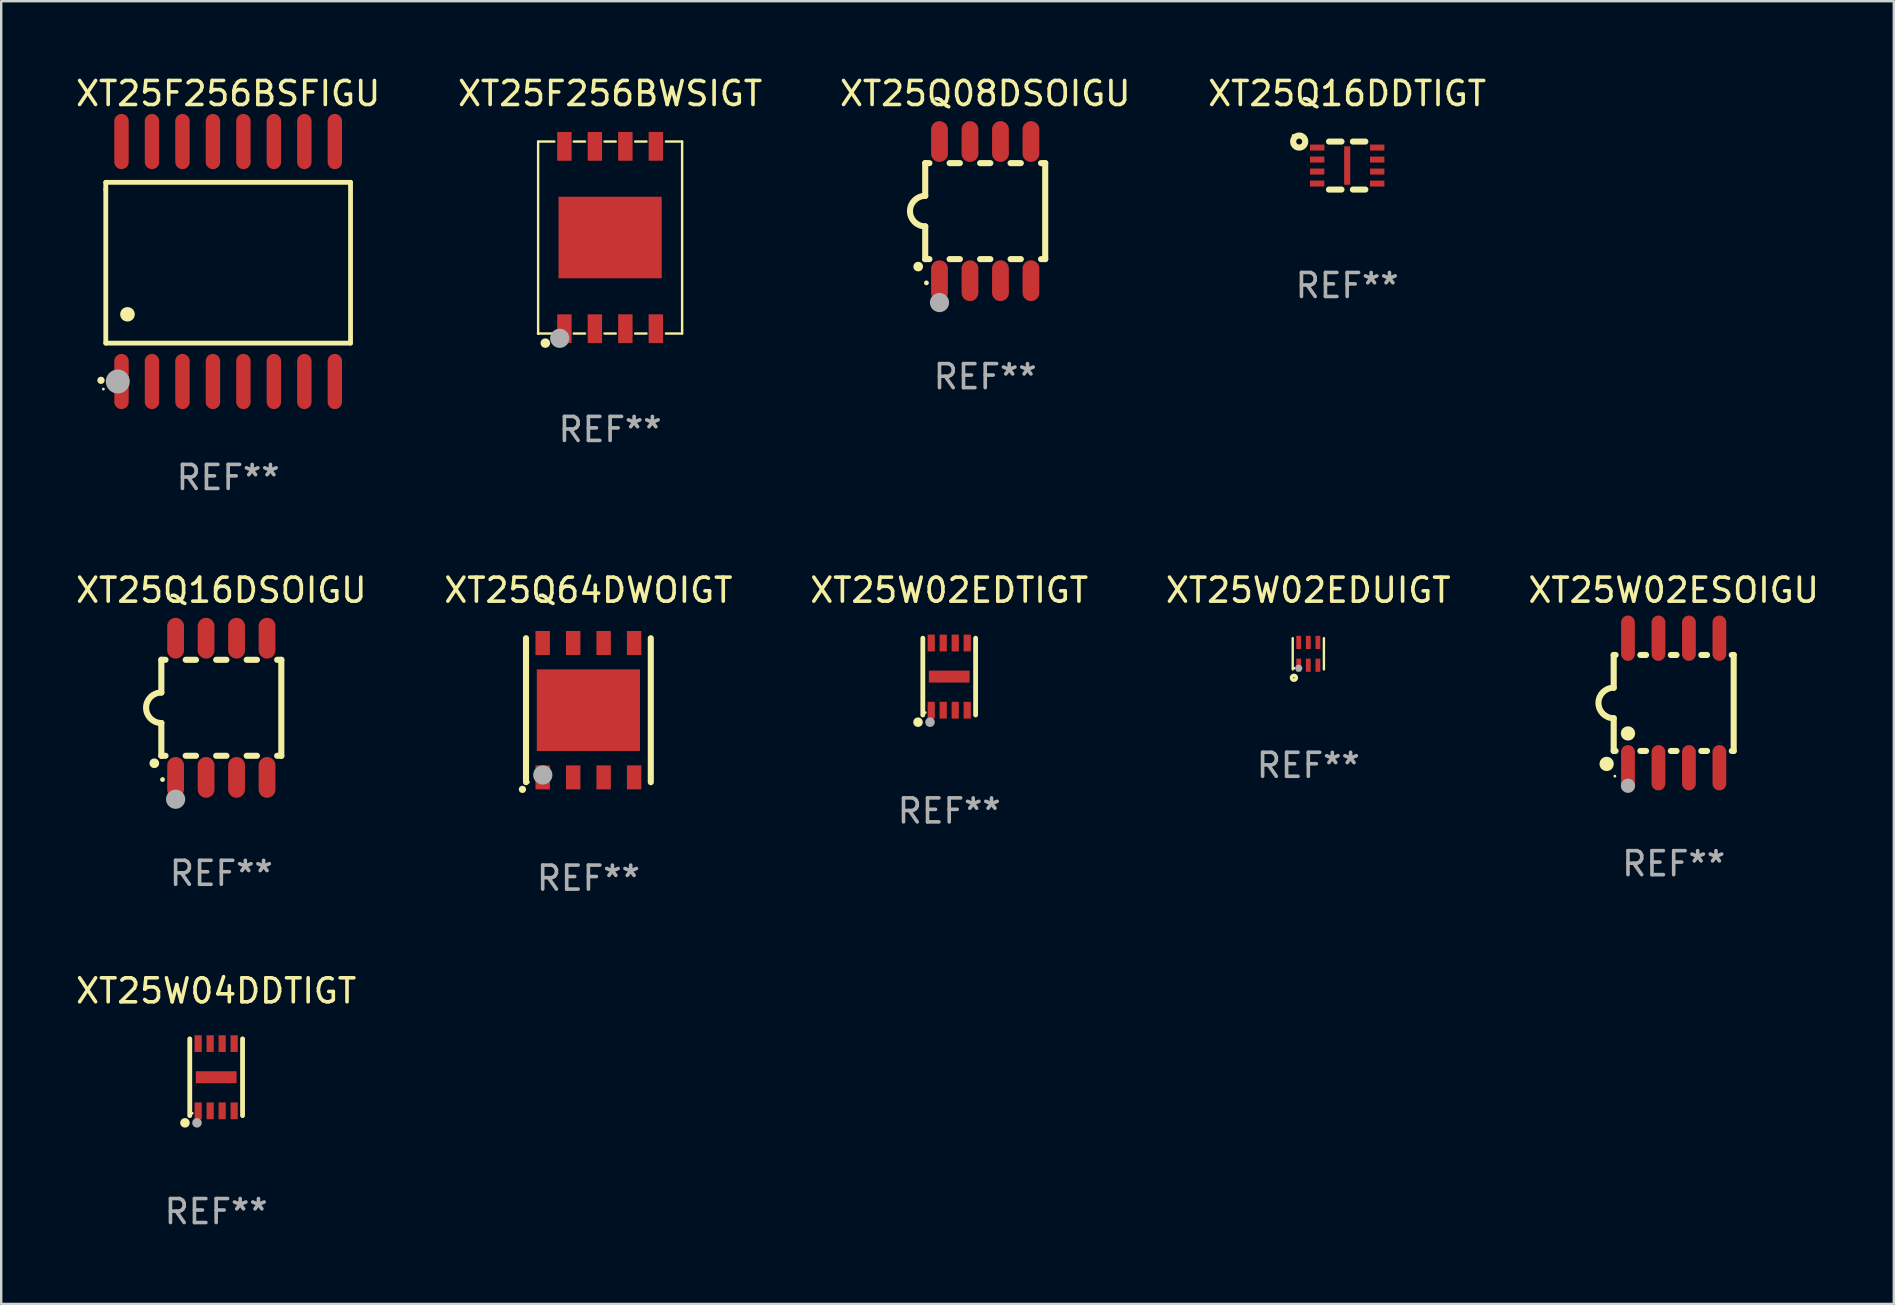
<source format=kicad_pcb>
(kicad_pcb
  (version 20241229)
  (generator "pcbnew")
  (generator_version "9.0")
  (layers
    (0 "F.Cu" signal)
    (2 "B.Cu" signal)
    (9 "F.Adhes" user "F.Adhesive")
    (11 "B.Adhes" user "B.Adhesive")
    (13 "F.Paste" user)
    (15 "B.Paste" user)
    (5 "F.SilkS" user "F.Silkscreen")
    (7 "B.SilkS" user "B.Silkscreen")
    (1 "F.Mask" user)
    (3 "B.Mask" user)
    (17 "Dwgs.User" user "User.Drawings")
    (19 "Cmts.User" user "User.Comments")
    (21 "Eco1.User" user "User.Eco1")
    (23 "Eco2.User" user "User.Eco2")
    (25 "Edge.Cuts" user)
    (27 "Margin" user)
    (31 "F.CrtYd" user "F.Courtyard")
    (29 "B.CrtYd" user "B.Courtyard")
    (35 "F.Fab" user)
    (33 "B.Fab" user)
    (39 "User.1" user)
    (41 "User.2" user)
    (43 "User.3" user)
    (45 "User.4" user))
  (footprint "XT25F256BWSIGT"
    (layer "F.Cu")
    (at 22.375 6.848)
    (property "Reference" "XT25F256BWSIGT" (at 0 -6 0) (layer "F.SilkS") (effects (font (size 1 1) (thickness 0.15))))
    (attr through_hole)
    (fp_line (start -3 -4) (end -3 4) (stroke (width 0.1) (type solid)) (layer "F.SilkS"))
    (fp_line (start -3 -4) (end -2.324 -4) (stroke (width 0.1) (type solid)) (layer "F.SilkS"))
    (fp_line (start -3 4) (end -2.324 4) (stroke (width 0.1) (type solid)) (layer "F.SilkS"))
    (fp_line (start -1.516 -4) (end -1.044 -4) (stroke (width 0.1) (type solid)) (layer "F.SilkS"))
    (fp_line (start -1.516 4) (end -1.044 4) (stroke (width 0.1) (type solid)) (layer "F.SilkS"))
    (fp_line (start -0.236 -4) (end 0.236 -4) (stroke (width 0.1) (type solid)) (layer "F.SilkS"))
    (fp_line (start -0.236 4) (end 0.236 4) (stroke (width 0.1) (type solid)) (layer "F.SilkS"))
    (fp_line (start 1.044 -4) (end 1.516 -4) (stroke (width 0.1) (type solid)) (layer "F.SilkS"))
    (fp_line (start 1.044 4) (end 1.516 4) (stroke (width 0.1) (type solid)) (layer "F.SilkS"))
    (fp_line (start 2.324 -4) (end 3 -4) (stroke (width 0.1) (type solid)) (layer "F.SilkS"))
    (fp_line (start 2.324 4) (end 3 4) (stroke (width 0.1) (type solid)) (layer "F.SilkS"))
    (fp_line (start 3 -4) (end 3 3.863) (stroke (width 0.1) (type solid)) (layer "F.SilkS"))
    (fp_line (start 3 3.863) (end 3 4) (stroke (width 0.1) (type solid)) (layer "F.SilkS"))
    (fp_circle (center -3 4) (end -2.97 4) (stroke (width 0.06) (type solid)) (fill no) (layer "F.SilkS"))
    (fp_circle (center -2.7 4.4) (end -2.6 4.4) (stroke (width 0.2) (type solid)) (fill no) (layer "F.SilkS"))
    (fp_circle (center -2.1 4.2) (end -1.9 4.2) (stroke (width 0.4) (type solid)) (fill no) (layer "F.Fab"))
    (fp_text user "REF**" (at 0 8 0) (layer "F.Fab") (effects (font (size 1 1) (thickness 0.15))))
    (pad "1" smd rect (at -1.905 3.8) (size 0.6 1.2) (layers "F.Cu" "F.Mask" "F.Paste"))
    (pad "2" smd rect (at -0.635 3.8) (size 0.6 1.2) (layers "F.Cu" "F.Mask" "F.Paste"))
    (pad "3" smd rect (at 0.635 3.8) (size 0.6 1.2) (layers "F.Cu" "F.Mask" "F.Paste"))
    (pad "4" smd rect (at 1.905 3.8) (size 0.6 1.2) (layers "F.Cu" "F.Mask" "F.Paste"))
    (pad "5" smd rect (at 1.905 -3.8) (size 0.6 1.2) (layers "F.Cu" "F.Mask" "F.Paste"))
    (pad "6" smd rect (at 0.635 -3.8) (size 0.6 1.2) (layers "F.Cu" "F.Mask" "F.Paste"))
    (pad "7" smd rect (at -0.635 -3.8) (size 0.6 1.2) (layers "F.Cu" "F.Mask" "F.Paste"))
    (pad "8" smd rect (at -1.905 -3.8) (size 0.6 1.2) (layers "F.Cu" "F.Mask" "F.Paste"))
    (pad "9" smd rect (at 0.000127 0.000025 90) (size 3.4 4.3) (layers "F.Cu" "F.Mask" "F.Paste")))
  (footprint "XT25Q08DSOIGU"
    (layer "F.Cu")
    (at 38.006 5.748)
    (property "Reference" "XT25Q08DSOIGU" (at 0 -4.9 0) (layer "F.SilkS") (effects (font (size 1 1) (thickness 0.15))))
    (attr through_hole)
    (fp_line (start -2.5 -2) (end -2.5 -0.635) (stroke (width 0.254) (type solid)) (layer "F.SilkS"))
    (fp_line (start -2.5 -2) (end -2.326 -2) (stroke (width 0.254) (type solid)) (layer "F.SilkS"))
    (fp_line (start -2.5 2) (end -2.5 0.635) (stroke (width 0.254) (type solid)) (layer "F.SilkS"))
    (fp_line (start -2.5 2) (end -2.326 2) (stroke (width 0.254) (type solid)) (layer "F.SilkS"))
    (fp_line (start -1.484 -2) (end -1.056 -2) (stroke (width 0.254) (type solid)) (layer "F.SilkS"))
    (fp_line (start -1.484 2) (end -1.056 2) (stroke (width 0.254) (type solid)) (layer "F.SilkS"))
    (fp_line (start -0.214 -2) (end 0.214 -2) (stroke (width 0.254) (type solid)) (layer "F.SilkS"))
    (fp_line (start -0.214 2) (end 0.214 2) (stroke (width 0.254) (type solid)) (layer "F.SilkS"))
    (fp_line (start 1.056 -2) (end 1.484 -2) (stroke (width 0.254) (type solid)) (layer "F.SilkS"))
    (fp_line (start 1.056 2) (end 1.484 2) (stroke (width 0.254) (type solid)) (layer "F.SilkS"))
    (fp_line (start 2.326 -2) (end 2.5 -2) (stroke (width 0.254) (type solid)) (layer "F.SilkS"))
    (fp_line (start 2.326 2) (end 2.5 2) (stroke (width 0.254) (type solid)) (layer "F.SilkS"))
    (fp_line (start 2.5 -2) (end 2.5 2) (stroke (width 0.254) (type solid)) (layer "F.SilkS"))
    (fp_arc (start -2.794006 2.311405) (mid -2.792736 2.311401) (end -2.791466 2.311405) (stroke (width 0.4) (type solid)) (layer "F.SilkS"))
    (fp_arc (start -2.5 0.635001) (mid -3.134366 -0.000318) (end -2.499365 -0.635001) (stroke (width 0.254001) (type solid)) (layer "F.SilkS"))
    (fp_circle (center -2.45 2.99) (end -2.4 2.99) (stroke (width 0.1) (type solid)) (fill no) (layer "F.SilkS"))
    (fp_circle (center -1.905 3.81) (end -1.705 3.81) (stroke (width 0.4) (type solid)) (fill no) (layer "F.Fab"))
    (fp_text user "REF**" (at 0 6.9 0) (layer "F.Fab") (effects (font (size 1 1) (thickness 0.15))))
    (pad "1" smd oval (at -1.905 2.9 180) (size 0.7 1.7) (layers "F.Cu" "F.Mask" "F.Paste"))
    (pad "2" smd oval (at -0.635 2.9 180) (size 0.7 1.7) (layers "F.Cu" "F.Mask" "F.Paste"))
    (pad "3" smd oval (at 0.635 2.9 180) (size 0.7 1.7) (layers "F.Cu" "F.Mask" "F.Paste"))
    (pad "4" smd oval (at 1.905 2.9 180) (size 0.7 1.7) (layers "F.Cu" "F.Mask" "F.Paste"))
    (pad "5" smd oval (at 1.905 -2.9 180) (size 0.7 1.7) (layers "F.Cu" "F.Mask" "F.Paste"))
    (pad "6" smd oval (at 0.635 -2.9 180) (size 0.7 1.7) (layers "F.Cu" "F.Mask" "F.Paste"))
    (pad "7" smd oval (at -0.635 -2.9 180) (size 0.7 1.7) (layers "F.Cu" "F.Mask" "F.Paste"))
    (pad "8" smd oval (at -1.905 -2.9 180) (size 0.7 1.7) (layers "F.Cu" "F.Mask" "F.Paste")))
  (footprint "XT25W02EDTIGT"
    (layer "F.Cu")
    (at 36.506 25.145)
    (property "Reference" "XT25W02EDTIGT" (at 0 -3.6 0) (layer "F.SilkS") (effects (font (size 1 1) (thickness 0.15))))
    (attr through_hole)
    (fp_line (start -1.1 1.6) (end -1.1 -1.6) (stroke (width 0.2) (type solid)) (layer "F.SilkS"))
    (fp_line (start 1.1 1.6) (end 1.1 -1.6) (stroke (width 0.2) (type solid)) (layer "F.SilkS"))
    (fp_circle (center -1.3 1.9) (end -1.2 1.9) (stroke (width 0.2) (type solid)) (fill no) (layer "F.SilkS"))
    (fp_circle (center -1 1.5) (end -0.97 1.5) (stroke (width 0.06) (type solid)) (fill no) (layer "F.SilkS"))
    (fp_circle (center -0.8 1.9) (end -0.7 1.9) (stroke (width 0.2) (type solid)) (fill no) (layer "F.Fab"))
    (fp_text user "REF**" (at 0 5.6 0) (layer "F.Fab") (effects (font (size 1 1) (thickness 0.15))))
    (pad "1" smd rect (at -0.75 1.4 90) (size 0.7 0.3) (layers "F.Cu" "F.Mask" "F.Paste"))
    (pad "2" smd rect (at -0.25 1.4 90) (size 0.7 0.3) (layers "F.Cu" "F.Mask" "F.Paste"))
    (pad "3" smd rect (at 0.25 1.4 90) (size 0.7 0.3) (layers "F.Cu" "F.Mask" "F.Paste"))
    (pad "4" smd rect (at 0.75 1.4 90) (size 0.7 0.3) (layers "F.Cu" "F.Mask" "F.Paste"))
    (pad "5" smd rect (at 0.75 -1.4 90) (size 0.7 0.3) (layers "F.Cu" "F.Mask" "F.Paste"))
    (pad "6" smd rect (at 0.25 -1.4 90) (size 0.7 0.3) (layers "F.Cu" "F.Mask" "F.Paste"))
    (pad "7" smd rect (at -0.25 -1.4 90) (size 0.7 0.3) (layers "F.Cu" "F.Mask" "F.Paste"))
    (pad "8" smd rect (at -0.75 -1.4 90) (size 0.7 0.3) (layers "F.Cu" "F.Mask" "F.Paste"))
    (pad "9" smd rect (at 0.000127 0) (size 1.7 0.5) (layers "F.Cu" "F.Mask" "F.Paste")))
  (footprint "XT25W02EDUIGT"
    (layer "F.Cu")
    (at 51.47 24.195)
    (property "Reference" "XT25W02EDUIGT" (at 0 -2.65 0) (layer "F.SilkS") (effects (font (size 1 1) (thickness 0.15))))
    (attr through_hole)
    (fp_line (start -0.65 0.65) (end -0.65 -0.65) (stroke (width 0.1) (type solid)) (layer "F.SilkS"))
    (fp_line (start 0.65 -0.65) (end 0.65 0.65) (stroke (width 0.1) (type solid)) (layer "F.SilkS"))
    (fp_circle (center -0.6 0.6) (end -0.57 0.6) (stroke (width 0.06) (type solid)) (fill no) (layer "F.SilkS"))
    (fp_circle (center -0.6 1) (end -0.5 1) (stroke (width 0.15) (type solid)) (fill no) (layer "F.SilkS"))
    (fp_circle (center -0.4 0.6) (end -0.325 0.6) (stroke (width 0.15) (type solid)) (fill no) (layer "F.Fab"))
    (fp_text user "REF**" (at 0 4.65 0) (layer "F.Fab") (effects (font (size 1 1) (thickness 0.15))))
    (pad "1" smd rect (at -0.4 0.475) (size 0.2 0.55) (layers "F.Cu" "F.Mask" "F.Paste"))
    (pad "2" smd rect (at 0.000025 0.475) (size 0.2 0.55) (layers "F.Cu" "F.Mask" "F.Paste"))
    (pad "3" smd rect (at 0.4 0.475) (size 0.2 0.55) (layers "F.Cu" "F.Mask" "F.Paste"))
    (pad "4" smd rect (at 0.4 -0.475) (size 0.2 0.55) (layers "F.Cu" "F.Mask" "F.Paste"))
    (pad "5" smd rect (at 0.000025 -0.475) (size 0.2 0.55) (layers "F.Cu" "F.Mask" "F.Paste"))
    (pad "6" smd rect (at -0.4 -0.475) (size 0.2 0.55) (layers "F.Cu" "F.Mask" "F.Paste")))
  (footprint "XT25W04DDTIGT"
    (layer "F.Cu")
    (at 5.958 41.841)
    (property "Reference" "XT25W04DDTIGT" (at 0 -3.6 0) (layer "F.SilkS") (effects (font (size 1 1) (thickness 0.15))))
    (attr through_hole)
    (fp_line (start -1.1 1.6) (end -1.1 -1.6) (stroke (width 0.2) (type solid)) (layer "F.SilkS"))
    (fp_line (start 1.1 1.6) (end 1.1 -1.6) (stroke (width 0.2) (type solid)) (layer "F.SilkS"))
    (fp_circle (center -1.3 1.9) (end -1.2 1.9) (stroke (width 0.2) (type solid)) (fill no) (layer "F.SilkS"))
    (fp_circle (center -1 1.5) (end -0.97 1.5) (stroke (width 0.06) (type solid)) (fill no) (layer "F.SilkS"))
    (fp_circle (center -0.8 1.9) (end -0.7 1.9) (stroke (width 0.2) (type solid)) (fill no) (layer "F.Fab"))
    (fp_text user "REF**" (at 0 5.6 0) (layer "F.Fab") (effects (font (size 1 1) (thickness 0.15))))
    (pad "1" smd rect (at -0.75 1.4 90) (size 0.7 0.3) (layers "F.Cu" "F.Mask" "F.Paste"))
    (pad "2" smd rect (at -0.25 1.4 90) (size 0.7 0.3) (layers "F.Cu" "F.Mask" "F.Paste"))
    (pad "3" smd rect (at 0.25 1.4 90) (size 0.7 0.3) (layers "F.Cu" "F.Mask" "F.Paste"))
    (pad "4" smd rect (at 0.75 1.4 90) (size 0.7 0.3) (layers "F.Cu" "F.Mask" "F.Paste"))
    (pad "5" smd rect (at 0.75 -1.4 90) (size 0.7 0.3) (layers "F.Cu" "F.Mask" "F.Paste"))
    (pad "6" smd rect (at 0.25 -1.4 90) (size 0.7 0.3) (layers "F.Cu" "F.Mask" "F.Paste"))
    (pad "7" smd rect (at -0.25 -1.4 90) (size 0.7 0.3) (layers "F.Cu" "F.Mask" "F.Paste"))
    (pad "8" smd rect (at -0.75 -1.4 90) (size 0.7 0.3) (layers "F.Cu" "F.Mask" "F.Paste"))
    (pad "9" smd rect (at 0.000127 0) (size 1.7 0.5) (layers "F.Cu" "F.Mask" "F.Paste")))
  (footprint "XT25Q16DDTIGT"
    (layer "F.Cu")
    (at 53.089 3.849)
    (property "Reference" "XT25Q16DDTIGT" (at 0 -3 0) (layer "F.SilkS") (effects (font (size 1 1) (thickness 0.15))))
    (attr through_hole)
    (fp_line (start -0.758 1) (end -0.237 1) (stroke (width 0.254) (type solid)) (layer "F.SilkS"))
    (fp_line (start -0.756 -1) (end -0.236 -1) (stroke (width 0.254) (type solid)) (layer "F.SilkS"))
    (fp_line (start 0.238 -1) (end 0.758 -1) (stroke (width 0.254) (type solid)) (layer "F.SilkS"))
    (fp_line (start 0.239 1) (end 0.757 1) (stroke (width 0.254) (type solid)) (layer "F.SilkS"))
    (fp_circle (center -2.251 -1.252) (end -2.221 -1.252) (stroke (width 0.06) (type solid)) (fill no) (layer "F.SilkS"))
    (fp_circle (center -1.999 -1) (end -1.874 -1) (stroke (width 0.254) (type solid)) (fill no) (layer "F.SilkS"))
    (fp_text user "REF**" (at 0 5 0) (layer "F.Fab") (effects (font (size 1 1) (thickness 0.15))))
    (pad "1" smd rect (at -1.249 -0.75 90) (size 0.25 0.6) (layers "F.Cu" "F.Mask" "F.Paste"))
    (pad "2" smd rect (at -1.251 -0.251 90) (size 0.25 0.6) (layers "F.Cu" "F.Mask" "F.Paste"))
    (pad "3" smd rect (at -1.251 0.249 90) (size 0.25 0.6) (layers "F.Cu" "F.Mask" "F.Paste"))
    (pad "4" smd rect (at -1.251 0.749 90) (size 0.25 0.6) (layers "F.Cu" "F.Mask" "F.Paste"))
    (pad "5" smd rect (at 1.251 0.75 90) (size 0.25 0.6) (layers "F.Cu" "F.Mask" "F.Paste"))
    (pad "6" smd rect (at 1.251 0.25 90) (size 0.25 0.6) (layers "F.Cu" "F.Mask" "F.Paste"))
    (pad "7" smd rect (at 1.251 -0.25 90) (size 0.25 0.6) (layers "F.Cu" "F.Mask" "F.Paste"))
    (pad "8" smd rect (at 1.251 -0.75 90) (size 0.25 0.6) (layers "F.Cu" "F.Mask" "F.Paste"))
    (pad "9" smd rect (at 0.001 0.000381 180) (size 0.25 1.6) (layers "F.Cu" "F.Mask" "F.Paste")))
  (footprint "XT25Q64DWOIGT"
    (layer "F.Cu")
    (at 21.47 26.545)
    (property "Reference" "XT25Q64DWOIGT" (at 0 -5 0) (layer "F.SilkS") (effects (font (size 1 1) (thickness 0.15))))
    (attr through_hole)
    (fp_line (start -2.6 3) (end -2.6 -3) (stroke (width 0.254) (type solid)) (layer "F.SilkS"))
    (fp_line (start 2.6 3) (end 2.6 -3) (stroke (width 0.254) (type solid)) (layer "F.SilkS"))
    (fp_arc (start -2.74986 3.300127) (mid -2.74859 3.300122) (end -2.74732 3.300127) (stroke (width 0.3) (type solid)) (layer "F.SilkS"))
    (fp_circle (center -2.5 3) (end -2.47 3) (stroke (width 0.06) (type solid)) (fill no) (layer "F.SilkS"))
    (fp_circle (center -1.9 2.7) (end -1.7 2.7) (stroke (width 0.4) (type solid)) (fill no) (layer "F.Fab"))
    (fp_text user "REF**" (at 0 7 0) (layer "F.Fab") (effects (font (size 1 1) (thickness 0.15))))
    (pad "1" smd rect (at -1.905 2.8 180) (size 0.6 1) (layers "F.Cu" "F.Mask" "F.Paste"))
    (pad "2" smd rect (at -0.635 2.8 180) (size 0.6 1) (layers "F.Cu" "F.Mask" "F.Paste"))
    (pad "3" smd rect (at 0.635 2.8 180) (size 0.6 1) (layers "F.Cu" "F.Mask" "F.Paste"))
    (pad "4" smd rect (at 1.905 2.8 180) (size 0.6 1) (layers "F.Cu" "F.Mask" "F.Paste"))
    (pad "5" smd rect (at 1.905 -2.8) (size 0.6 1) (layers "F.Cu" "F.Mask" "F.Paste"))
    (pad "6" smd rect (at 0.635 -2.8) (size 0.6 1) (layers "F.Cu" "F.Mask" "F.Paste"))
    (pad "7" smd rect (at -0.635 -2.8) (size 0.6 1) (layers "F.Cu" "F.Mask" "F.Paste"))
    (pad "8" smd rect (at -1.905 -2.8) (size 0.6 1) (layers "F.Cu" "F.Mask" "F.Paste"))
    (pad "9" smd rect (at 0.000127 0.000127 180) (size 4.3 3.4) (layers "F.Cu" "F.Mask" "F.Paste")))
  (footprint "XT25F256BSFIGU"
    (layer "F.Cu")
    (at 6.458 7.848)
    (property "Reference" "XT25F256BSFIGU" (at 0 -7 0) (layer "F.SilkS") (effects (font (size 1 1) (thickness 0.15))))
    (attr through_hole)
    (fp_line (start -5.1 -3.3) (end -5.1 -3) (stroke (width 0.2) (type solid)) (layer "F.SilkS"))
    (fp_line (start -5.1 -3) (end -5.1 3.4) (stroke (width 0.2) (type solid)) (layer "F.SilkS"))
    (fp_line (start -5.1 3.4) (end 5.1 3.4) (stroke (width 0.2) (type solid)) (layer "F.SilkS"))
    (fp_line (start 5.1 -3.3) (end -5.1 -3.3) (stroke (width 0.2) (type solid)) (layer "F.SilkS"))
    (fp_line (start 5.1 3.4) (end 5.1 -3.3) (stroke (width 0.2) (type solid)) (layer "F.SilkS"))
    (fp_arc (start -5.300991 4.950495) (mid -5.299721 4.95049) (end -5.298451 4.950495) (stroke (width 0.3) (type solid)) (layer "F.SilkS"))
    (fp_arc (start -4.2 2.200025) (mid -4.19619 2.200001) (end -4.19238 2.200025) (stroke (width 0.6) (type solid)) (layer "F.SilkS"))
    (fp_circle (center -5.2 5.315) (end -5.17 5.315) (stroke (width 0.06) (type solid)) (fill no) (layer "F.SilkS"))
    (fp_circle (center -4.6 5) (end -4.35 5) (stroke (width 0.5) (type solid)) (fill no) (layer "F.Fab"))
    (fp_text user "REF**" (at 0 9 0) (layer "F.Fab") (effects (font (size 1 1) (thickness 0.15))))
    (pad "1" smd oval (at -4.445 5 180) (size 0.6 2.3) (layers "F.Cu" "F.Mask" "F.Paste"))
    (pad "2" smd oval (at -3.175 5 180) (size 0.6 2.3) (layers "F.Cu" "F.Mask" "F.Paste"))
    (pad "3" smd oval (at -1.905 5 180) (size 0.6 2.3) (layers "F.Cu" "F.Mask" "F.Paste"))
    (pad "4" smd oval (at -0.635 5 180) (size 0.6 2.3) (layers "F.Cu" "F.Mask" "F.Paste"))
    (pad "5" smd oval (at 0.635 5 180) (size 0.6 2.3) (layers "F.Cu" "F.Mask" "F.Paste"))
    (pad "6" smd oval (at 1.905 5 180) (size 0.6 2.3) (layers "F.Cu" "F.Mask" "F.Paste"))
    (pad "7" smd oval (at 3.175 5 180) (size 0.6 2.3) (layers "F.Cu" "F.Mask" "F.Paste"))
    (pad "8" smd oval (at 4.445 5 180) (size 0.6 2.3) (layers "F.Cu" "F.Mask" "F.Paste"))
    (pad "9" smd oval (at 4.445 -5 180) (size 0.6 2.3) (layers "F.Cu" "F.Mask" "F.Paste"))
    (pad "10" smd oval (at 3.175 -5 180) (size 0.6 2.3) (layers "F.Cu" "F.Mask" "F.Paste"))
    (pad "11" smd oval (at 1.905 -5 180) (size 0.6 2.3) (layers "F.Cu" "F.Mask" "F.Paste"))
    (pad "12" smd oval (at 0.635 -5 180) (size 0.6 2.3) (layers "F.Cu" "F.Mask" "F.Paste"))
    (pad "13" smd oval (at -0.635 -5 180) (size 0.6 2.3) (layers "F.Cu" "F.Mask" "F.Paste"))
    (pad "14" smd oval (at -1.905 -5 180) (size 0.6 2.3) (layers "F.Cu" "F.Mask" "F.Paste"))
    (pad "15" smd oval (at -3.175 -5 180) (size 0.6 2.3) (layers "F.Cu" "F.Mask" "F.Paste"))
    (pad "16" smd oval (at -4.445 -5 180) (size 0.6 2.3) (layers "F.Cu" "F.Mask" "F.Paste")))
  (footprint "XT25Q16DSOIGU"
    (layer "F.Cu")
    (at 6.173 26.445)
    (property "Reference" "XT25Q16DSOIGU" (at 0 -4.9 0) (layer "F.SilkS") (effects (font (size 1 1) (thickness 0.15))))
    (attr through_hole)
    (fp_line (start -2.5 -2) (end -2.5 -0.635) (stroke (width 0.254) (type solid)) (layer "F.SilkS"))
    (fp_line (start -2.5 -2) (end -2.326 -2) (stroke (width 0.254) (type solid)) (layer "F.SilkS"))
    (fp_line (start -2.5 2) (end -2.5 0.635) (stroke (width 0.254) (type solid)) (layer "F.SilkS"))
    (fp_line (start -2.5 2) (end -2.326 2) (stroke (width 0.254) (type solid)) (layer "F.SilkS"))
    (fp_line (start -1.484 -2) (end -1.056 -2) (stroke (width 0.254) (type solid)) (layer "F.SilkS"))
    (fp_line (start -1.484 2) (end -1.056 2) (stroke (width 0.254) (type solid)) (layer "F.SilkS"))
    (fp_line (start -0.214 -2) (end 0.214 -2) (stroke (width 0.254) (type solid)) (layer "F.SilkS"))
    (fp_line (start -0.214 2) (end 0.214 2) (stroke (width 0.254) (type solid)) (layer "F.SilkS"))
    (fp_line (start 1.056 -2) (end 1.484 -2) (stroke (width 0.254) (type solid)) (layer "F.SilkS"))
    (fp_line (start 1.056 2) (end 1.484 2) (stroke (width 0.254) (type solid)) (layer "F.SilkS"))
    (fp_line (start 2.326 -2) (end 2.5 -2) (stroke (width 0.254) (type solid)) (layer "F.SilkS"))
    (fp_line (start 2.326 2) (end 2.5 2) (stroke (width 0.254) (type solid)) (layer "F.SilkS"))
    (fp_line (start 2.5 -2) (end 2.5 2) (stroke (width 0.254) (type solid)) (layer "F.SilkS"))
    (fp_arc (start -2.794006 2.311405) (mid -2.792736 2.311401) (end -2.791466 2.311405) (stroke (width 0.4) (type solid)) (layer "F.SilkS"))
    (fp_arc (start -2.5 0.635001) (mid -3.134366 -0.000318) (end -2.499365 -0.635001) (stroke (width 0.254001) (type solid)) (layer "F.SilkS"))
    (fp_circle (center -2.45 2.99) (end -2.4 2.99) (stroke (width 0.1) (type solid)) (fill no) (layer "F.SilkS"))
    (fp_circle (center -1.905 3.81) (end -1.705 3.81) (stroke (width 0.4) (type solid)) (fill no) (layer "F.Fab"))
    (fp_text user "REF**" (at 0 6.9 0) (layer "F.Fab") (effects (font (size 1 1) (thickness 0.15))))
    (pad "1" smd oval (at -1.905 2.9 180) (size 0.7 1.7) (layers "F.Cu" "F.Mask" "F.Paste"))
    (pad "2" smd oval (at -0.635 2.9 180) (size 0.7 1.7) (layers "F.Cu" "F.Mask" "F.Paste"))
    (pad "3" smd oval (at 0.635 2.9 180) (size 0.7 1.7) (layers "F.Cu" "F.Mask" "F.Paste"))
    (pad "4" smd oval (at 1.905 2.9 180) (size 0.7 1.7) (layers "F.Cu" "F.Mask" "F.Paste"))
    (pad "5" smd oval (at 1.905 -2.9 180) (size 0.7 1.7) (layers "F.Cu" "F.Mask" "F.Paste"))
    (pad "6" smd oval (at 0.635 -2.9 180) (size 0.7 1.7) (layers "F.Cu" "F.Mask" "F.Paste"))
    (pad "7" smd oval (at -0.635 -2.9 180) (size 0.7 1.7) (layers "F.Cu" "F.Mask" "F.Paste"))
    (pad "8" smd oval (at -1.905 -2.9 180) (size 0.7 1.7) (layers "F.Cu" "F.Mask" "F.Paste")))
  (footprint "XT25W02ESOIGU"
    (layer "F.Cu")
    (at 66.696 26.244)
    (property "Reference" "XT25W02ESOIGU" (at 0 -4.699 0) (layer "F.SilkS") (effects (font (size 1 1) (thickness 0.15))))
    (attr through_hole)
    (fp_line (start -2.5 -2) (end -2.5 -0.635) (stroke (width 0.254) (type solid)) (layer "F.SilkS"))
    (fp_line (start -2.5 -2) (end -2.421 -2) (stroke (width 0.254) (type solid)) (layer "F.SilkS"))
    (fp_line (start -2.5 2) (end -2.5 0.635) (stroke (width 0.254) (type solid)) (layer "F.SilkS"))
    (fp_line (start -2.5 2) (end -2.421 2) (stroke (width 0.254) (type solid)) (layer "F.SilkS"))
    (fp_line (start -1.389 -2) (end -1.151 -2) (stroke (width 0.254) (type solid)) (layer "F.SilkS"))
    (fp_line (start -1.389 2) (end -1.151 2) (stroke (width 0.254) (type solid)) (layer "F.SilkS"))
    (fp_line (start -0.119 -2) (end 0.119 -2) (stroke (width 0.254) (type solid)) (layer "F.SilkS"))
    (fp_line (start -0.119 2) (end 0.119 2) (stroke (width 0.254) (type solid)) (layer "F.SilkS"))
    (fp_line (start 1.151 -2) (end 1.389 -2) (stroke (width 0.254) (type solid)) (layer "F.SilkS"))
    (fp_line (start 1.151 2) (end 1.389 2) (stroke (width 0.254) (type solid)) (layer "F.SilkS"))
    (fp_line (start 2.421 -2) (end 2.5 -2) (stroke (width 0.254) (type solid)) (layer "F.SilkS"))
    (fp_line (start 2.421 2) (end 2.5 2) (stroke (width 0.254) (type solid)) (layer "F.SilkS"))
    (fp_line (start 2.5 -2) (end 2.5 2) (stroke (width 0.254) (type solid)) (layer "F.SilkS"))
    (fp_arc (start -2.5 0.635001) (mid -3.134366 -0.000318) (end -2.499365 -0.635001) (stroke (width 0.254001) (type solid)) (layer "F.SilkS"))
    (fp_circle (center -2.794 2.54) (end -2.644 2.54) (stroke (width 0.3) (type solid)) (fill no) (layer "F.SilkS"))
    (fp_circle (center -2.45 3.05) (end -2.42 3.05) (stroke (width 0.06) (type solid)) (fill no) (layer "F.SilkS"))
    (fp_circle (center -1.905 1.27) (end -1.755 1.27) (stroke (width 0.3) (type solid)) (fill no) (layer "F.SilkS"))
    (fp_circle (center -1.905 3.45) (end -1.755 3.45) (stroke (width 0.3) (type solid)) (fill no) (layer "F.Fab"))
    (fp_text user "REF**" (at 0 6.699 0) (layer "F.Fab") (effects (font (size 1 1) (thickness 0.15))))
    (pad "1" smd oval (at -1.905 2.699) (size 0.574 1.888) (layers "F.Cu" "F.Mask" "F.Paste"))
    (pad "2" smd oval (at -0.635 2.699) (size 0.574 1.888) (layers "F.Cu" "F.Mask" "F.Paste"))
    (pad "3" smd oval (at 0.635 2.699) (size 0.574 1.888) (layers "F.Cu" "F.Mask" "F.Paste"))
    (pad "4" smd oval (at 1.905 2.699) (size 0.574 1.888) (layers "F.Cu" "F.Mask" "F.Paste"))
    (pad "5" smd oval (at 1.905 -2.699) (size 0.574 1.888) (layers "F.Cu" "F.Mask" "F.Paste"))
    (pad "6" smd oval (at 0.635 -2.699) (size 0.574 1.888) (layers "F.Cu" "F.Mask" "F.Paste"))
    (pad "7" smd oval (at -0.635 -2.699) (size 0.574 1.888) (layers "F.Cu" "F.Mask" "F.Paste"))
    (pad "8" smd oval (at -1.905 -2.699) (size 0.574 1.888) (layers "F.Cu" "F.Mask" "F.Paste")))
  (gr_rect
    (start -3 -3)
    (end 75.869 51.289)
    (stroke (width 0.1) (type default))
    (fill no)
    (layer "Edge.Cuts")))
</source>
